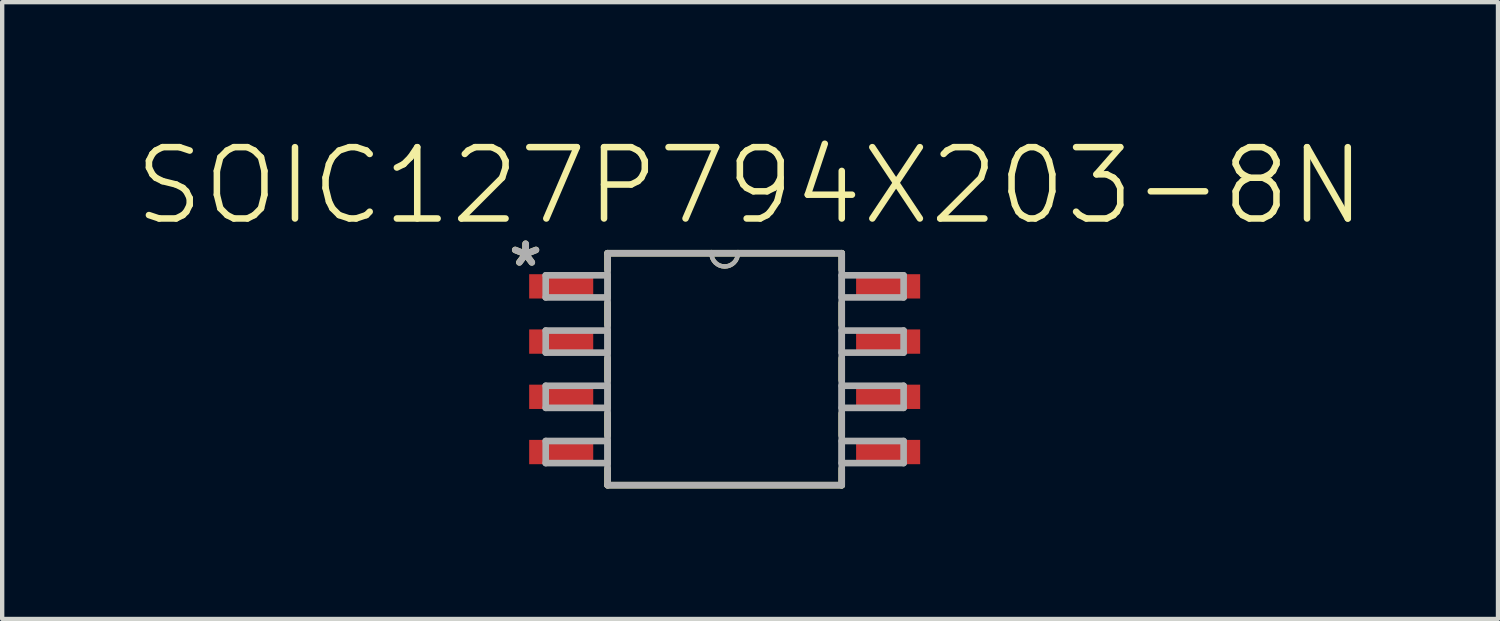
<source format=kicad_pcb>
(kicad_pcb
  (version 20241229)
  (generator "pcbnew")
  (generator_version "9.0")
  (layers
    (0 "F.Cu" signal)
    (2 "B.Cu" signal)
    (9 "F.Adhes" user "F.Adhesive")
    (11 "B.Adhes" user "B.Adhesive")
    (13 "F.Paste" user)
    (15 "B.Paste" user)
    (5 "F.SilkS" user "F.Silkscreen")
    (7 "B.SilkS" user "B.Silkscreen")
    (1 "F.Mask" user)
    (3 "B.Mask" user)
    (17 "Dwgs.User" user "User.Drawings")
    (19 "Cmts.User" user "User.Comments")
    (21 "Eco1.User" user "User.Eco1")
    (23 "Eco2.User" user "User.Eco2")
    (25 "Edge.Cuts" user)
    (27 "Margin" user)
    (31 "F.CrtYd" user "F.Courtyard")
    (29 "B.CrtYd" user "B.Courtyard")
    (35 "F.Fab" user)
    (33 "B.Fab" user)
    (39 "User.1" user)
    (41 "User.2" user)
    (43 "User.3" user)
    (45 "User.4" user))
  (footprint "SOIC127P794X203-8N"
    (layer "F.Cu")
    (at 13.614 5.44)
    (property "Reference" "SOIC127P794X203-8N" (at 0.584 -4.217 0) (layer "F.SilkS") (effects (font (size 1.64 1.64) (thickness 0.15))))
    (attr through_hole)
    (fp_line (start -2.692 -2.667) (end -2.692 -2.286) (stroke (width 0.152) (type solid)) (layer "F.SilkS"))
    (fp_line (start -2.692 -1.524) (end -2.692 -1.016) (stroke (width 0.152) (type solid)) (layer "F.SilkS"))
    (fp_line (start -2.692 -0.254) (end -2.692 0.254) (stroke (width 0.152) (type solid)) (layer "F.SilkS"))
    (fp_line (start -2.692 1.016) (end -2.692 1.524) (stroke (width 0.152) (type solid)) (layer "F.SilkS"))
    (fp_line (start -2.692 2.286) (end -2.692 2.667) (stroke (width 0.152) (type solid)) (layer "F.SilkS"))
    (fp_line (start -2.692 2.667) (end 2.692 2.667) (stroke (width 0.152) (type solid)) (layer "F.SilkS"))
    (fp_line (start -0.305 -2.667) (end -2.692 -2.667) (stroke (width 0.152) (type solid)) (layer "F.SilkS"))
    (fp_line (start 0.305 -2.667) (end -0.305 -2.667) (stroke (width 0.152) (type solid)) (layer "F.SilkS"))
    (fp_line (start 2.692 -2.667) (end 0.305 -2.667) (stroke (width 0.152) (type solid)) (layer "F.SilkS"))
    (fp_line (start 2.692 -2.286) (end 2.692 -2.667) (stroke (width 0.152) (type solid)) (layer "F.SilkS"))
    (fp_line (start 2.692 -1.016) (end 2.692 -1.524) (stroke (width 0.152) (type solid)) (layer "F.SilkS"))
    (fp_line (start 2.692 0.254) (end 2.692 -0.254) (stroke (width 0.152) (type solid)) (layer "F.SilkS"))
    (fp_line (start 2.692 1.524) (end 2.692 1.016) (stroke (width 0.152) (type solid)) (layer "F.SilkS"))
    (fp_line (start 2.692 2.667) (end 2.692 2.286) (stroke (width 0.152) (type solid)) (layer "F.SilkS"))
    (fp_arc (start 0.3048 -2.667) (mid 0 -2.3622) (end -0.3048 -2.667) (stroke (width 0.1) (type solid)) (layer "F.SilkS"))
    (fp_line (start -4.115 -2.159) (end -4.115 -1.651) (stroke (width 0.152) (type solid)) (layer "F.Fab"))
    (fp_line (start -4.115 -1.651) (end -2.692 -1.651) (stroke (width 0.152) (type solid)) (layer "F.Fab"))
    (fp_line (start -4.115 -0.889) (end -4.115 -0.381) (stroke (width 0.152) (type solid)) (layer "F.Fab"))
    (fp_line (start -4.115 -0.381) (end -2.692 -0.381) (stroke (width 0.152) (type solid)) (layer "F.Fab"))
    (fp_line (start -4.115 0.381) (end -4.115 0.889) (stroke (width 0.152) (type solid)) (layer "F.Fab"))
    (fp_line (start -4.115 0.889) (end -2.692 0.889) (stroke (width 0.152) (type solid)) (layer "F.Fab"))
    (fp_line (start -4.115 1.651) (end -4.115 2.159) (stroke (width 0.152) (type solid)) (layer "F.Fab"))
    (fp_line (start -4.115 2.159) (end -2.692 2.159) (stroke (width 0.152) (type solid)) (layer "F.Fab"))
    (fp_line (start -2.692 -2.667) (end -2.692 2.667) (stroke (width 0.152) (type solid)) (layer "F.Fab"))
    (fp_line (start -2.692 -2.159) (end -4.115 -2.159) (stroke (width 0.152) (type solid)) (layer "F.Fab"))
    (fp_line (start -2.692 -1.651) (end -2.692 -2.159) (stroke (width 0.152) (type solid)) (layer "F.Fab"))
    (fp_line (start -2.692 -0.889) (end -4.115 -0.889) (stroke (width 0.152) (type solid)) (layer "F.Fab"))
    (fp_line (start -2.692 -0.381) (end -2.692 -0.889) (stroke (width 0.152) (type solid)) (layer "F.Fab"))
    (fp_line (start -2.692 0.381) (end -4.115 0.381) (stroke (width 0.152) (type solid)) (layer "F.Fab"))
    (fp_line (start -2.692 0.889) (end -2.692 0.381) (stroke (width 0.152) (type solid)) (layer "F.Fab"))
    (fp_line (start -2.692 1.651) (end -4.115 1.651) (stroke (width 0.152) (type solid)) (layer "F.Fab"))
    (fp_line (start -2.692 2.159) (end -2.692 1.651) (stroke (width 0.152) (type solid)) (layer "F.Fab"))
    (fp_line (start -2.692 2.667) (end 2.692 2.667) (stroke (width 0.152) (type solid)) (layer "F.Fab"))
    (fp_line (start -0.305 -2.667) (end -2.692 -2.667) (stroke (width 0.152) (type solid)) (layer "F.Fab"))
    (fp_line (start 0.305 -2.667) (end -0.305 -2.667) (stroke (width 0.152) (type solid)) (layer "F.Fab"))
    (fp_line (start 2.692 -2.667) (end 0.305 -2.667) (stroke (width 0.152) (type solid)) (layer "F.Fab"))
    (fp_line (start 2.692 -2.159) (end 2.692 -1.651) (stroke (width 0.152) (type solid)) (layer "F.Fab"))
    (fp_line (start 2.692 -1.651) (end 4.115 -1.651) (stroke (width 0.152) (type solid)) (layer "F.Fab"))
    (fp_line (start 2.692 -0.889) (end 2.692 -0.381) (stroke (width 0.152) (type solid)) (layer "F.Fab"))
    (fp_line (start 2.692 -0.381) (end 4.115 -0.381) (stroke (width 0.152) (type solid)) (layer "F.Fab"))
    (fp_line (start 2.692 0.381) (end 2.692 0.889) (stroke (width 0.152) (type solid)) (layer "F.Fab"))
    (fp_line (start 2.692 0.889) (end 4.115 0.889) (stroke (width 0.152) (type solid)) (layer "F.Fab"))
    (fp_line (start 2.692 1.651) (end 2.692 2.159) (stroke (width 0.152) (type solid)) (layer "F.Fab"))
    (fp_line (start 2.692 2.159) (end 4.115 2.159) (stroke (width 0.152) (type solid)) (layer "F.Fab"))
    (fp_line (start 2.692 2.667) (end 2.692 -2.667) (stroke (width 0.152) (type solid)) (layer "F.Fab"))
    (fp_line (start 4.115 -2.159) (end 2.692 -2.159) (stroke (width 0.152) (type solid)) (layer "F.Fab"))
    (fp_line (start 4.115 -1.651) (end 4.115 -2.159) (stroke (width 0.152) (type solid)) (layer "F.Fab"))
    (fp_line (start 4.115 -0.889) (end 2.692 -0.889) (stroke (width 0.152) (type solid)) (layer "F.Fab"))
    (fp_line (start 4.115 -0.381) (end 4.115 -0.889) (stroke (width 0.152) (type solid)) (layer "F.Fab"))
    (fp_line (start 4.115 0.381) (end 2.692 0.381) (stroke (width 0.152) (type solid)) (layer "F.Fab"))
    (fp_line (start 4.115 0.889) (end 4.115 0.381) (stroke (width 0.152) (type solid)) (layer "F.Fab"))
    (fp_line (start 4.115 1.651) (end 2.692 1.651) (stroke (width 0.152) (type solid)) (layer "F.Fab"))
    (fp_line (start 4.115 2.159) (end 4.115 1.651) (stroke (width 0.152) (type solid)) (layer "F.Fab"))
    (fp_arc (start 0.3048 -2.667) (mid 0 -2.3622) (end -0.3048 -2.667) (stroke (width 0.1) (type solid)) (layer "F.Fab"))
    (fp_text user "*" (at -4.579 -2.34 0) (layer "F.SilkS") (effects (font (size 1.001 1.001) (thickness 0.15))))
    (fp_text user "*" (at -4.576 -2.339 0) (layer "F.Fab") (effects (font (size 1.001 1.001) (thickness 0.15))))
    (pad "1" smd rect (at -3.759 -1.905) (size 1.473 0.559) (layers "F.Cu" "F.Mask" "F.Paste"))
    (pad "2" smd rect (at -3.759 -0.635) (size 1.473 0.559) (layers "F.Cu" "F.Mask" "F.Paste"))
    (pad "3" smd rect (at -3.759 0.635) (size 1.473 0.559) (layers "F.Cu" "F.Mask" "F.Paste"))
    (pad "4" smd rect (at -3.759 1.905) (size 1.473 0.559) (layers "F.Cu" "F.Mask" "F.Paste"))
    (pad "5" smd rect (at 3.759 1.905) (size 1.473 0.559) (layers "F.Cu" "F.Mask" "F.Paste"))
    (pad "6" smd rect (at 3.759 0.635) (size 1.473 0.559) (layers "F.Cu" "F.Mask" "F.Paste"))
    (pad "7" smd rect (at 3.759 -0.635) (size 1.473 0.559) (layers "F.Cu" "F.Mask" "F.Paste"))
    (pad "8" smd rect (at 3.759 -1.905) (size 1.473 0.559) (layers "F.Cu" "F.Mask" "F.Paste")))
  (gr_rect
    (start -3 -3)
    (end 31.397 11.183)
    (stroke (width 0.1) (type default))
    (fill no)
    (layer "Edge.Cuts")))
</source>
